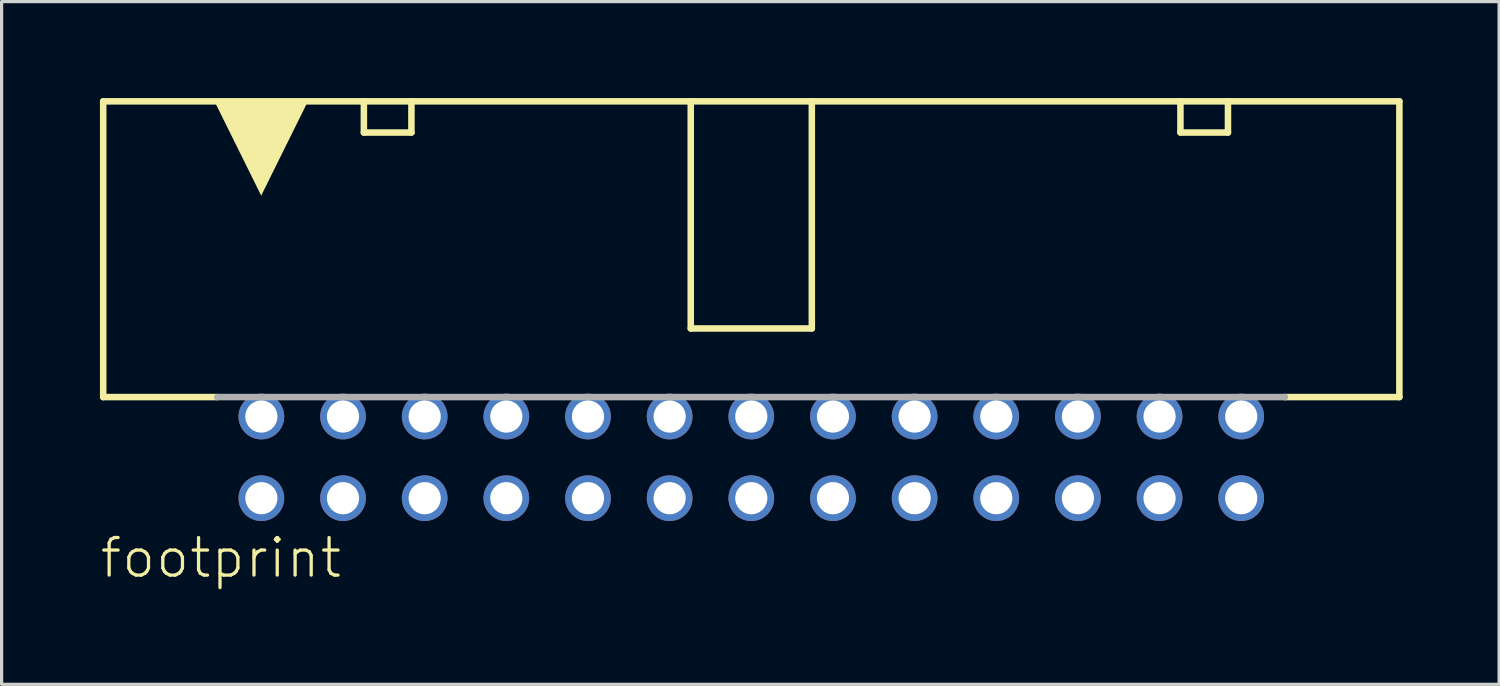
<source format=kicad_pcb>
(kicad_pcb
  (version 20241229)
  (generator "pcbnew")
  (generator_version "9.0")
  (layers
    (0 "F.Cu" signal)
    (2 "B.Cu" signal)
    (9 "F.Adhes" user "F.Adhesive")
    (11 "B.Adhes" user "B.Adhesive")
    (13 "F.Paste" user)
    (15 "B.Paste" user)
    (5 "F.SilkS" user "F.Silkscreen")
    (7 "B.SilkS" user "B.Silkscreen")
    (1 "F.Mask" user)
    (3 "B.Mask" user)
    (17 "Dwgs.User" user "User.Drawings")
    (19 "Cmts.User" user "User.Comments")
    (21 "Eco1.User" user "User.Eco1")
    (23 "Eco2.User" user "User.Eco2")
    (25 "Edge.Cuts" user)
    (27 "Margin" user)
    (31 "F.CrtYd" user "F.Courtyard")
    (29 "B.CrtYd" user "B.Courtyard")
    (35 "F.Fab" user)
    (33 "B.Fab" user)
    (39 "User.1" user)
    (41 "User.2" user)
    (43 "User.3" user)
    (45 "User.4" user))
  (footprint "footprint"
    (layer "F.Cu")
    (at 20.32 11.177)
    (property "Reference" "footprint" (at -20.32 3.81 0) (layer "F.SilkS") (effects (font (size 1.168 1.168) (thickness 0.102)) (justify left bottom)))
    (fp_line (start -20.16 -11.075) (end -20.16 -1.875) (stroke (width 0.203) (type solid)) (layer "F.SilkS"))
    (fp_line (start -16.616 -1.875) (end -20.16 -1.875) (stroke (width 0.203) (type solid)) (layer "F.SilkS"))
    (fp_line (start -12.051 -11.075) (end -20.16 -11.075) (stroke (width 0.203) (type solid)) (layer "F.SilkS"))
    (fp_line (start -12.051 -11.075) (end -10.572 -11.075) (stroke (width 0.203) (type solid)) (layer "F.SilkS"))
    (fp_line (start -12.051 -10.105) (end -12.051 -11.075) (stroke (width 0.203) (type solid)) (layer "F.SilkS"))
    (fp_line (start -10.572 -11.075) (end -10.572 -10.105) (stroke (width 0.203) (type solid)) (layer "F.SilkS"))
    (fp_line (start -10.572 -10.105) (end -12.051 -10.105) (stroke (width 0.203) (type solid)) (layer "F.SilkS"))
    (fp_line (start -1.883 -11.075) (end -10.572 -11.075) (stroke (width 0.203) (type solid)) (layer "F.SilkS"))
    (fp_line (start -1.883 -4.01) (end -1.883 -11.075) (stroke (width 0.203) (type solid)) (layer "F.SilkS"))
    (fp_line (start 1.883 -11.075) (end -1.883 -11.075) (stroke (width 0.203) (type solid)) (layer "F.SilkS"))
    (fp_line (start 1.883 -11.075) (end 1.883 -4.01) (stroke (width 0.203) (type solid)) (layer "F.SilkS"))
    (fp_line (start 1.883 -4.01) (end -1.883 -4.01) (stroke (width 0.203) (type solid)) (layer "F.SilkS"))
    (fp_line (start 13.349 -11.075) (end 1.883 -11.075) (stroke (width 0.203) (type solid)) (layer "F.SilkS"))
    (fp_line (start 13.349 -11.075) (end 14.828 -11.075) (stroke (width 0.203) (type solid)) (layer "F.SilkS"))
    (fp_line (start 13.349 -10.105) (end 13.349 -11.075) (stroke (width 0.203) (type solid)) (layer "F.SilkS"))
    (fp_line (start 14.828 -11.075) (end 14.828 -10.105) (stroke (width 0.203) (type solid)) (layer "F.SilkS"))
    (fp_line (start 14.828 -10.105) (end 13.349 -10.105) (stroke (width 0.203) (type solid)) (layer "F.SilkS"))
    (fp_line (start 20.16 -11.075) (end 14.828 -11.075) (stroke (width 0.203) (type solid)) (layer "F.SilkS"))
    (fp_line (start 20.16 -1.875) (end 16.603 -1.875) (stroke (width 0.203) (type solid)) (layer "F.SilkS"))
    (fp_line (start 20.16 -1.875) (end 20.16 -11.075) (stroke (width 0.203) (type solid)) (layer "F.SilkS"))
    (fp_poly (pts (xy -15.245 -8.141) (xy -16.684 -11.047) (xy -13.806 -11.047)) (stroke (width 0) (type solid)) (fill yes) (layer "F.SilkS"))
    (fp_line (start 16.599 -1.875) (end -16.612 -1.875) (stroke (width 0.203) (type solid)) (layer "F.Fab"))
    (pad "1" thru_hole circle (at -15.24 1.27) (size 1.422 1.422) (drill 1) (layers "*.Cu" "*.Mask"))
    (pad "2" thru_hole circle (at -15.24 -1.27) (size 1.422 1.422) (drill 1) (layers "*.Cu" "*.Mask"))
    (pad "3" thru_hole circle (at -12.7 1.27) (size 1.422 1.422) (drill 1) (layers "*.Cu" "*.Mask"))
    (pad "4" thru_hole circle (at -12.7 -1.27) (size 1.422 1.422) (drill 1) (layers "*.Cu" "*.Mask"))
    (pad "5" thru_hole circle (at -10.16 1.27) (size 1.422 1.422) (drill 1) (layers "*.Cu" "*.Mask"))
    (pad "6" thru_hole circle (at -10.16 -1.27) (size 1.422 1.422) (drill 1) (layers "*.Cu" "*.Mask"))
    (pad "7" thru_hole circle (at -7.62 1.27) (size 1.422 1.422) (drill 1) (layers "*.Cu" "*.Mask"))
    (pad "8" thru_hole circle (at -7.62 -1.27) (size 1.422 1.422) (drill 1) (layers "*.Cu" "*.Mask"))
    (pad "9" thru_hole circle (at -5.08 1.27) (size 1.422 1.422) (drill 1) (layers "*.Cu" "*.Mask"))
    (pad "10" thru_hole circle (at -5.08 -1.27) (size 1.422 1.422) (drill 1) (layers "*.Cu" "*.Mask"))
    (pad "11" thru_hole circle (at -2.54 1.27) (size 1.422 1.422) (drill 1) (layers "*.Cu" "*.Mask"))
    (pad "12" thru_hole circle (at -2.54 -1.27) (size 1.422 1.422) (drill 1) (layers "*.Cu" "*.Mask"))
    (pad "13" thru_hole circle (at 0 1.27) (size 1.422 1.422) (drill 1) (layers "*.Cu" "*.Mask"))
    (pad "14" thru_hole circle (at 0 -1.27) (size 1.422 1.422) (drill 1) (layers "*.Cu" "*.Mask"))
    (pad "15" thru_hole circle (at 2.54 1.27) (size 1.422 1.422) (drill 1) (layers "*.Cu" "*.Mask"))
    (pad "16" thru_hole circle (at 2.54 -1.27) (size 1.422 1.422) (drill 1) (layers "*.Cu" "*.Mask"))
    (pad "17" thru_hole circle (at 5.08 1.27) (size 1.422 1.422) (drill 1) (layers "*.Cu" "*.Mask"))
    (pad "18" thru_hole circle (at 5.08 -1.27) (size 1.422 1.422) (drill 1) (layers "*.Cu" "*.Mask"))
    (pad "19" thru_hole circle (at 7.62 1.27) (size 1.422 1.422) (drill 1) (layers "*.Cu" "*.Mask"))
    (pad "20" thru_hole circle (at 7.62 -1.27) (size 1.422 1.422) (drill 1) (layers "*.Cu" "*.Mask"))
    (pad "21" thru_hole circle (at 10.16 1.27) (size 1.422 1.422) (drill 1) (layers "*.Cu" "*.Mask"))
    (pad "22" thru_hole circle (at 10.16 -1.27) (size 1.422 1.422) (drill 1) (layers "*.Cu" "*.Mask"))
    (pad "23" thru_hole circle (at 12.7 1.27) (size 1.422 1.422) (drill 1) (layers "*.Cu" "*.Mask"))
    (pad "24" thru_hole circle (at 12.7 -1.27) (size 1.422 1.422) (drill 1) (layers "*.Cu" "*.Mask"))
    (pad "25" thru_hole circle (at 15.24 1.27) (size 1.422 1.422) (drill 1) (layers "*.Cu" "*.Mask"))
    (pad "26" thru_hole circle (at 15.24 -1.27) (size 1.422 1.422) (drill 1) (layers "*.Cu" "*.Mask")))
  (gr_rect
    (start -3 -3)
    (end 43.582 18.237)
    (stroke (width 0.1) (type default))
    (fill no)
    (layer "Edge.Cuts")))
</source>
